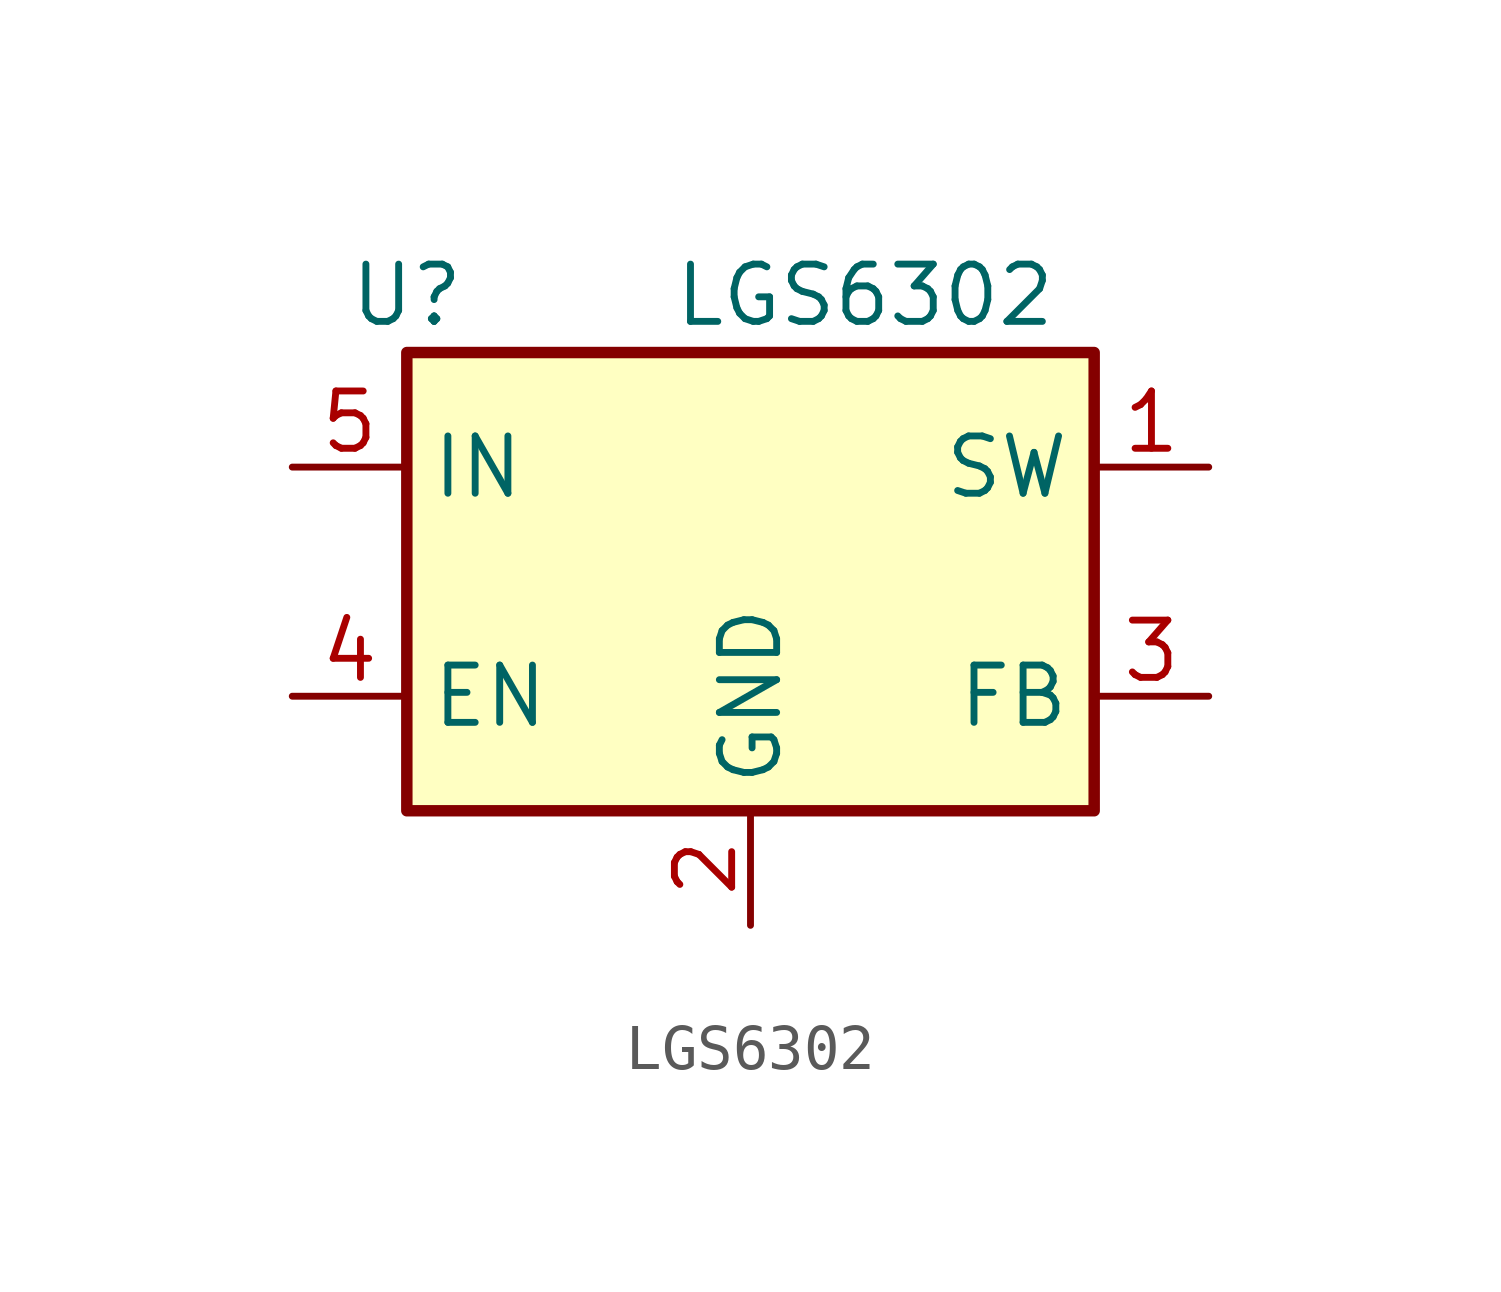
<source format=kicad_sym>
(kicad_symbol_lib
  (version 20231120)
  (generator "kicad_symbol_editor")
  (generator_version "8.0")
  (symbol "LGS6302"
    (property "Reference" "U"
      (at -7.62 6.35 0)
      (effects (font (size 1.27 1.27))))
    (property "Value" "LGS6302"
      (at 2.54 6.35 0)
      (effects (font (size 1.27 1.27))))
    (symbol "LGS6302_0_1"
      (rectangle (start -7.62 5.08) (end 7.62 -5.08) (stroke (width 0.254) (type default)) (fill (type background))))
    (symbol "LGS6302_1_1"
      (pin output line (at 10.16 2.54 180) (length 2.54) (name "SW" (effects (font (size 1.27 1.27)))) (number "1" (effects (font (size 1.27 1.27)))))
      (pin power_in line (at 0 -7.62 90) (length 2.54) (name "GND" (effects (font (size 1.27 1.27)))) (number "2" (effects (font (size 1.27 1.27)))))
      (pin input line (at 10.16 -2.54 180) (length 2.54) (name "FB" (effects (font (size 1.27 1.27)))) (number "3" (effects (font (size 1.27 1.27)))))
      (pin input line (at -10.16 -2.54 0) (length 2.54) (name "EN" (effects (font (size 1.27 1.27)))) (number "4" (effects (font (size 1.27 1.27)))))
      (pin power_in line (at -10.16 2.54 0) (length 2.54) (name "IN" (effects (font (size 1.27 1.27)))) (number "5" (effects (font (size 1.27 1.27))))))))
</source>
